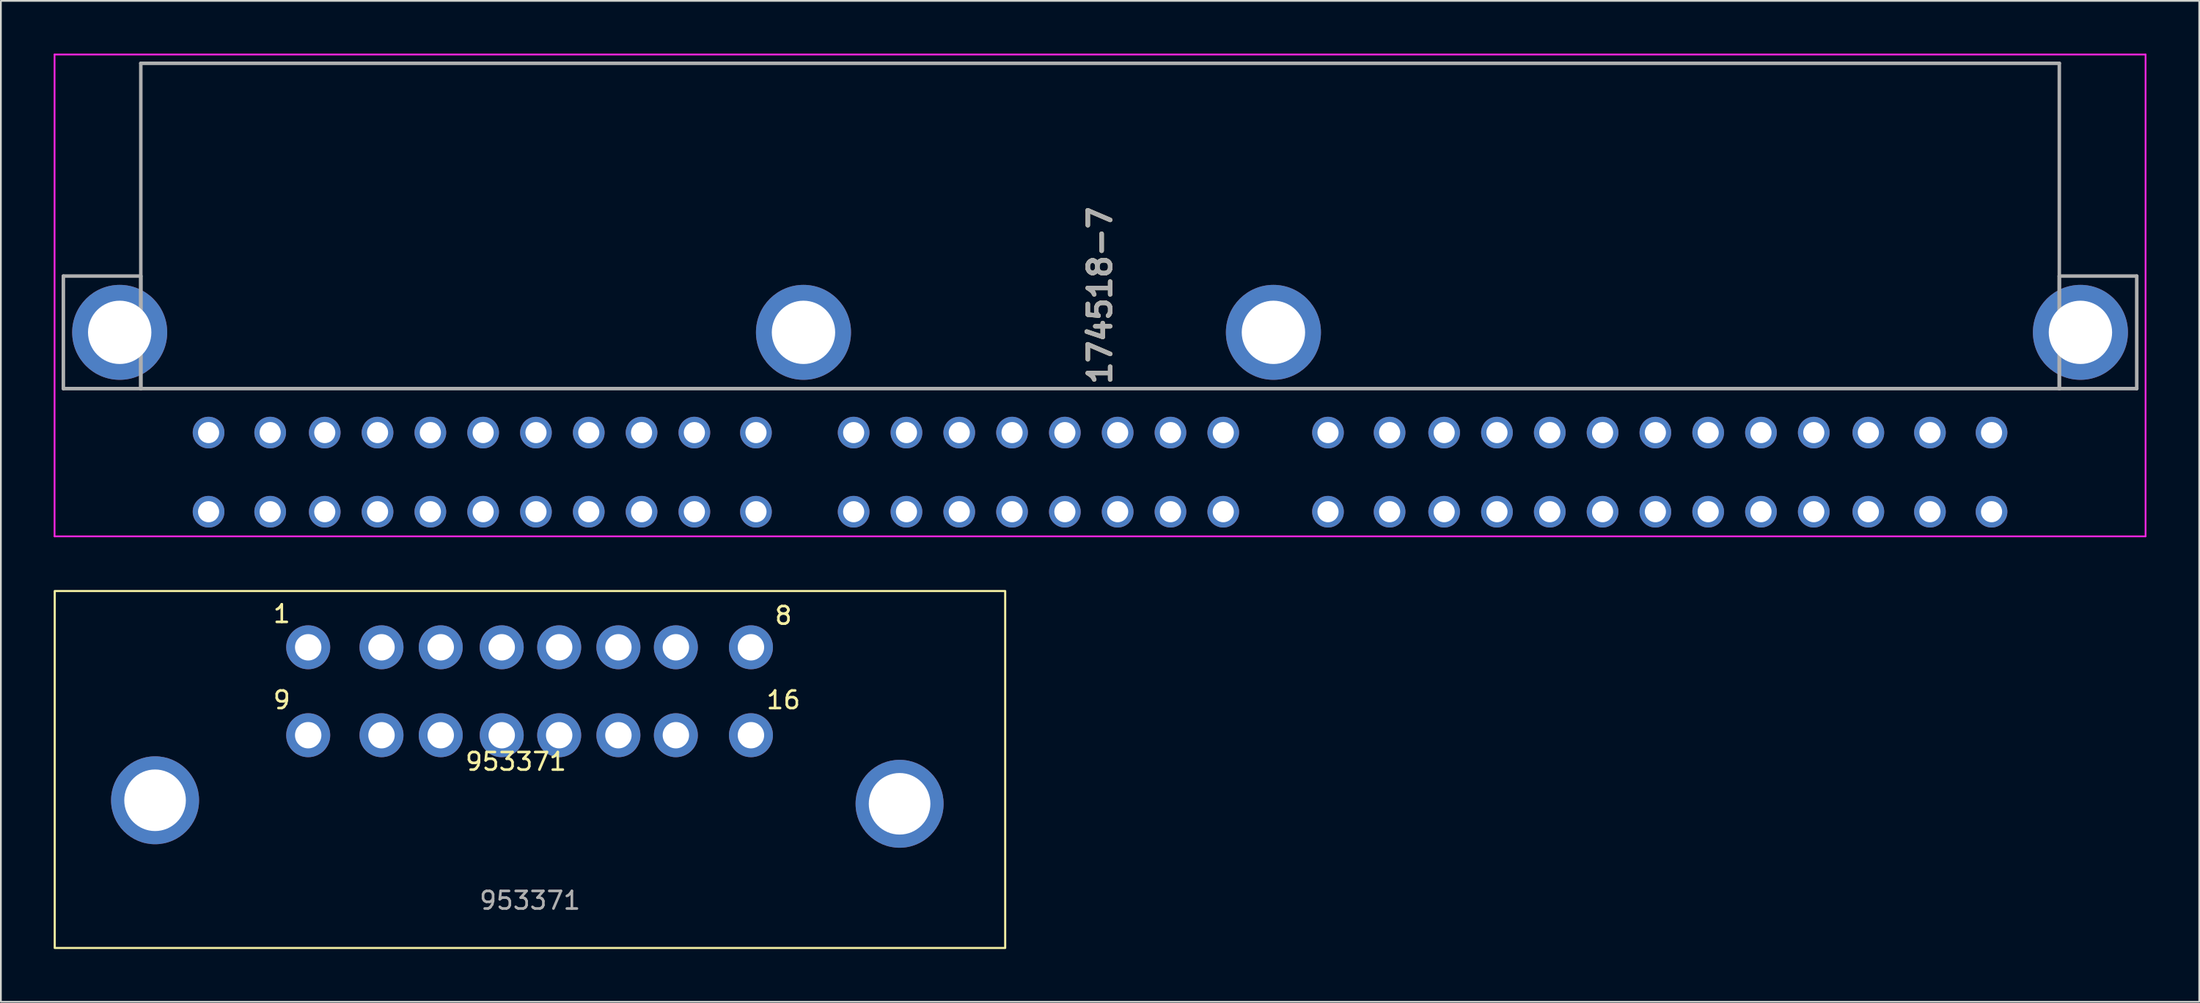
<source format=kicad_pcb>
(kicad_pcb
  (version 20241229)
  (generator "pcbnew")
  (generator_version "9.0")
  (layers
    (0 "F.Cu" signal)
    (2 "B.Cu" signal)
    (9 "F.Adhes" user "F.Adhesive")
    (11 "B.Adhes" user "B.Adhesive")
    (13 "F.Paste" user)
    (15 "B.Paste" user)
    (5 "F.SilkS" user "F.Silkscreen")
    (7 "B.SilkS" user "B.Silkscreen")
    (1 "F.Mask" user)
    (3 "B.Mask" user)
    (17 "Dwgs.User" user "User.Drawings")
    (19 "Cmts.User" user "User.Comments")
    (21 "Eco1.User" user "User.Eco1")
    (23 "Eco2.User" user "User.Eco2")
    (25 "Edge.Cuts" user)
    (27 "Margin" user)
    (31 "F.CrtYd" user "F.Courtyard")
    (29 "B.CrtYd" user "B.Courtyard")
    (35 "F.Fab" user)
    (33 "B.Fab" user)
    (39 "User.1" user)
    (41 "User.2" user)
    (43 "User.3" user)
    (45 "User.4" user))
  (footprint "174518-7"
    (layer "F.Cu")
    (at 59.1 14.55)
    (property "Reference" "174518-7" (at 0.35 -0.8 90) (layer "F.SilkS") (effects (font (size 1.27 1.27) (thickness 0.254))))
    (attr through_hole)
    (fp_line (start -54.15 -14) (end 54.85 -14) (stroke (width 0.1) (type solid)) (layer "F.SilkS"))
    (fp_line (start -54.15 -1.9) (end -54.15 -14) (stroke (width 0.1) (type solid)) (layer "F.SilkS"))
    (fp_line (start 54.85 -1.9) (end 54.85 -14) (stroke (width 0.1) (type solid)) (layer "F.SilkS"))
    (fp_line (start 54.85 4.5) (end -54.15 4.5) (stroke (width 0.1) (type solid)) (layer "F.SilkS"))
    (fp_line (start -59.05 -14.5) (end 59.75 -14.5) (stroke (width 0.1) (type solid)) (layer "F.CrtYd"))
    (fp_line (start -59.05 12.9) (end -59.05 -14.5) (stroke (width 0.1) (type solid)) (layer "F.CrtYd"))
    (fp_line (start 59.75 -14.5) (end 59.75 12.9) (stroke (width 0.1) (type solid)) (layer "F.CrtYd"))
    (fp_line (start 59.75 12.9) (end -59.05 12.9) (stroke (width 0.1) (type solid)) (layer "F.CrtYd"))
    (fp_line (start -58.55 -1.9) (end -58.55 4.5) (stroke (width 0.2) (type solid)) (layer "F.Fab"))
    (fp_line (start -58.55 4.5) (end -54.15 4.5) (stroke (width 0.2) (type solid)) (layer "F.Fab"))
    (fp_line (start -54.15 -14) (end 54.85 -14) (stroke (width 0.2) (type solid)) (layer "F.Fab"))
    (fp_line (start -54.15 -1.9) (end -58.55 -1.9) (stroke (width 0.2) (type solid)) (layer "F.Fab"))
    (fp_line (start -54.15 4.5) (end -54.15 -14) (stroke (width 0.2) (type solid)) (layer "F.Fab"))
    (fp_line (start -54.15 4.5) (end -54.15 -1.9) (stroke (width 0.2) (type solid)) (layer "F.Fab"))
    (fp_line (start 54.85 -14) (end 54.85 4.5) (stroke (width 0.2) (type solid)) (layer "F.Fab"))
    (fp_line (start 54.85 -1.9) (end 59.25 -1.9) (stroke (width 0.2) (type solid)) (layer "F.Fab"))
    (fp_line (start 54.85 4.5) (end -54.15 4.5) (stroke (width 0.2) (type solid)) (layer "F.Fab"))
    (fp_line (start 54.85 4.5) (end 54.85 -1.9) (stroke (width 0.2) (type solid)) (layer "F.Fab"))
    (fp_line (start 59.25 -1.9) (end 59.25 4.5) (stroke (width 0.2) (type solid)) (layer "F.Fab"))
    (fp_line (start 59.25 4.5) (end 54.85 4.5) (stroke (width 0.2) (type solid)) (layer "F.Fab"))
    (fp_text user "${REFERENCE}" (at 0.35 -0.8 90) (layer "F.Fab") (effects (font (size 1.27 1.27) (thickness 0.254))))
    (pad "1A" thru_hole circle (at -50.3 7 90) (size 1.8 1.8) (drill 1.2) (layers "*.Cu" "*.Mask"))
    (pad "1B" thru_hole circle (at -50.3 11.5 90) (size 1.8 1.8) (drill 1.2) (layers "*.Cu" "*.Mask"))
    (pad "1C" thru_hole circle (at -46.8 7 90) (size 1.8 1.8) (drill 1.2) (layers "*.Cu" "*.Mask"))
    (pad "1D" thru_hole circle (at -46.8 11.5 90) (size 1.8 1.8) (drill 1.2) (layers "*.Cu" "*.Mask"))
    (pad "1E" thru_hole circle (at -43.7 7 90) (size 1.8 1.8) (drill 1.2) (layers "*.Cu" "*.Mask"))
    (pad "1F" thru_hole circle (at -43.7 11.5 90) (size 1.8 1.8) (drill 1.2) (layers "*.Cu" "*.Mask"))
    (pad "1G" thru_hole circle (at -40.7 7 90) (size 1.8 1.8) (drill 1.2) (layers "*.Cu" "*.Mask"))
    (pad "1H" thru_hole circle (at -40.7 11.5 90) (size 1.8 1.8) (drill 1.2) (layers "*.Cu" "*.Mask"))
    (pad "1I" thru_hole circle (at -37.7 7 90) (size 1.8 1.8) (drill 1.2) (layers "*.Cu" "*.Mask"))
    (pad "1J" thru_hole circle (at -37.7 11.5 90) (size 1.8 1.8) (drill 1.2) (layers "*.Cu" "*.Mask"))
    (pad "1K" thru_hole circle (at -34.7 7 90) (size 1.8 1.8) (drill 1.2) (layers "*.Cu" "*.Mask"))
    (pad "1L" thru_hole circle (at -34.7 11.5 90) (size 1.8 1.8) (drill 1.2) (layers "*.Cu" "*.Mask"))
    (pad "1M" thru_hole circle (at -31.7 7 90) (size 1.8 1.8) (drill 1.2) (layers "*.Cu" "*.Mask"))
    (pad "1N" thru_hole circle (at -31.7 11.5 90) (size 1.8 1.8) (drill 1.2) (layers "*.Cu" "*.Mask"))
    (pad "1O" thru_hole circle (at -28.7 7 90) (size 1.8 1.8) (drill 1.2) (layers "*.Cu" "*.Mask"))
    (pad "1P" thru_hole circle (at -28.7 11.5 90) (size 1.8 1.8) (drill 1.2) (layers "*.Cu" "*.Mask"))
    (pad "1Q" thru_hole circle (at -25.7 7 90) (size 1.8 1.8) (drill 1.2) (layers "*.Cu" "*.Mask"))
    (pad "1R" thru_hole circle (at -25.7 11.5 90) (size 1.8 1.8) (drill 1.2) (layers "*.Cu" "*.Mask"))
    (pad "1S" thru_hole circle (at -22.7 7 90) (size 1.8 1.8) (drill 1.2) (layers "*.Cu" "*.Mask"))
    (pad "1T" thru_hole circle (at -22.7 11.5 90) (size 1.8 1.8) (drill 1.2) (layers "*.Cu" "*.Mask"))
    (pad "1U" thru_hole circle (at -19.2 7 90) (size 1.8 1.8) (drill 1.2) (layers "*.Cu" "*.Mask"))
    (pad "1V" thru_hole circle (at -19.2 11.5 90) (size 1.8 1.8) (drill 1.2) (layers "*.Cu" "*.Mask"))
    (pad "2A" thru_hole circle (at 13.3 7 90) (size 1.8 1.8) (drill 1.2) (layers "*.Cu" "*.Mask"))
    (pad "2B" thru_hole circle (at 13.3 11.5 90) (size 1.8 1.8) (drill 1.2) (layers "*.Cu" "*.Mask"))
    (pad "2C" thru_hole circle (at 16.8 7 90) (size 1.8 1.8) (drill 1.2) (layers "*.Cu" "*.Mask"))
    (pad "2D" thru_hole circle (at 16.8 11.5 90) (size 1.8 1.8) (drill 1.2) (layers "*.Cu" "*.Mask"))
    (pad "2E" thru_hole circle (at 19.9 7 90) (size 1.8 1.8) (drill 1.2) (layers "*.Cu" "*.Mask"))
    (pad "2F" thru_hole circle (at 19.9 11.5 90) (size 1.8 1.8) (drill 1.2) (layers "*.Cu" "*.Mask"))
    (pad "2G" thru_hole circle (at 22.9 7 90) (size 1.8 1.8) (drill 1.2) (layers "*.Cu" "*.Mask"))
    (pad "2H" thru_hole circle (at 22.9 11.5 90) (size 1.8 1.8) (drill 1.2) (layers "*.Cu" "*.Mask"))
    (pad "2I" thru_hole circle (at 25.9 7 90) (size 1.8 1.8) (drill 1.2) (layers "*.Cu" "*.Mask"))
    (pad "2J" thru_hole circle (at 25.9 11.5 90) (size 1.8 1.8) (drill 1.2) (layers "*.Cu" "*.Mask"))
    (pad "2K" thru_hole circle (at 28.9 7 90) (size 1.8 1.8) (drill 1.2) (layers "*.Cu" "*.Mask"))
    (pad "2L" thru_hole circle (at 28.9 11.5 90) (size 1.8 1.8) (drill 1.2) (layers "*.Cu" "*.Mask"))
    (pad "2M" thru_hole circle (at 31.9 7 90) (size 1.8 1.8) (drill 1.2) (layers "*.Cu" "*.Mask"))
    (pad "2N" thru_hole circle (at 31.9 11.5 90) (size 1.8 1.8) (drill 1.2) (layers "*.Cu" "*.Mask"))
    (pad "2O" thru_hole circle (at 34.9 7 90) (size 1.8 1.8) (drill 1.2) (layers "*.Cu" "*.Mask"))
    (pad "2P" thru_hole circle (at 34.9 11.5 90) (size 1.8 1.8) (drill 1.2) (layers "*.Cu" "*.Mask"))
    (pad "2Q" thru_hole circle (at 37.9 7 90) (size 1.8 1.8) (drill 1.2) (layers "*.Cu" "*.Mask"))
    (pad "2R" thru_hole circle (at 37.9 11.5 90) (size 1.8 1.8) (drill 1.2) (layers "*.Cu" "*.Mask"))
    (pad "2S" thru_hole circle (at 40.9 7 90) (size 1.8 1.8) (drill 1.2) (layers "*.Cu" "*.Mask"))
    (pad "2T" thru_hole circle (at 40.9 11.5 90) (size 1.8 1.8) (drill 1.2) (layers "*.Cu" "*.Mask"))
    (pad "2U" thru_hole circle (at 44 7 90) (size 1.8 1.8) (drill 1.2) (layers "*.Cu" "*.Mask"))
    (pad "2V" thru_hole circle (at 44 11.5 90) (size 1.8 1.8) (drill 1.2) (layers "*.Cu" "*.Mask"))
    (pad "2W" thru_hole circle (at 47.5 7 90) (size 1.8 1.8) (drill 1.2) (layers "*.Cu" "*.Mask"))
    (pad "2X" thru_hole circle (at 47.5 11.5 90) (size 1.8 1.8) (drill 1.2) (layers "*.Cu" "*.Mask"))
    (pad "2Y" thru_hole circle (at 51 11.5 90) (size 1.8 1.8) (drill 1.2) (layers "*.Cu" "*.Mask"))
    (pad "2Z" thru_hole circle (at 51 7 90) (size 1.8 1.8) (drill 1.2) (layers "*.Cu" "*.Mask"))
    (pad "3A" thru_hole circle (at -13.65 7 90) (size 1.8 1.8) (drill 1.2) (layers "*.Cu" "*.Mask"))
    (pad "3B" thru_hole circle (at -13.65 11.5 90) (size 1.8 1.8) (drill 1.2) (layers "*.Cu" "*.Mask"))
    (pad "3C" thru_hole circle (at -10.65 7 90) (size 1.8 1.8) (drill 1.2) (layers "*.Cu" "*.Mask"))
    (pad "3D" thru_hole circle (at -10.65 11.5 90) (size 1.8 1.8) (drill 1.2) (layers "*.Cu" "*.Mask"))
    (pad "3E" thru_hole circle (at -7.65 7 90) (size 1.8 1.8) (drill 1.2) (layers "*.Cu" "*.Mask"))
    (pad "3F" thru_hole circle (at -7.65 11.5 90) (size 1.8 1.8) (drill 1.2) (layers "*.Cu" "*.Mask"))
    (pad "3G" thru_hole circle (at -4.65 7 90) (size 1.8 1.8) (drill 1.2) (layers "*.Cu" "*.Mask"))
    (pad "3H" thru_hole circle (at -4.65 11.5 90) (size 1.8 1.8) (drill 1.2) (layers "*.Cu" "*.Mask"))
    (pad "3I" thru_hole circle (at -1.65 7 90) (size 1.8 1.8) (drill 1.2) (layers "*.Cu" "*.Mask"))
    (pad "3J" thru_hole circle (at -1.65 11.5 90) (size 1.8 1.8) (drill 1.2) (layers "*.Cu" "*.Mask"))
    (pad "3K" thru_hole circle (at 1.35 7 90) (size 1.8 1.8) (drill 1.2) (layers "*.Cu" "*.Mask"))
    (pad "3L" thru_hole circle (at 1.35 11.5 90) (size 1.8 1.8) (drill 1.2) (layers "*.Cu" "*.Mask"))
    (pad "3M" thru_hole circle (at 4.35 7 90) (size 1.8 1.8) (drill 1.2) (layers "*.Cu" "*.Mask"))
    (pad "3N" thru_hole circle (at 4.35 11.5 90) (size 1.8 1.8) (drill 1.2) (layers "*.Cu" "*.Mask"))
    (pad "3O" thru_hole circle (at 7.35 7 90) (size 1.8 1.8) (drill 1.2) (layers "*.Cu" "*.Mask"))
    (pad "3P" thru_hole circle (at 7.35 11.5 90) (size 1.8 1.8) (drill 1.2) (layers "*.Cu" "*.Mask"))
    (pad "MH1" thru_hole circle (at -55.35 1.3 90) (size 5.4 5.4) (drill 3.6) (layers "*.Cu" "*.Mask"))
    (pad "MH2" thru_hole circle (at -16.5 1.3 90) (size 5.4 5.4) (drill 3.6) (layers "*.Cu" "*.Mask"))
    (pad "MH3" thru_hole circle (at 10.2 1.3 90) (size 5.4 5.4) (drill 3.6) (layers "*.Cu" "*.Mask"))
    (pad "MH4" thru_hole circle (at 56.05 1.3 90) (size 5.4 5.4) (drill 3.6) (layers "*.Cu" "*.Mask")))
  (footprint "953371"
    (layer "F.Cu")
    (at 27.06 45.66)
    (property "Reference" "953371" (at -0.8 -5.4 0) (unlocked yes) (layer "F.SilkS") (effects (font (size 1 1) (thickness 0.15))))
    (attr through_hole)
    (fp_rect (start -27 -15.1) (end 27 5.2) (stroke (width 0.12) (type solid)) (fill no) (layer "F.SilkS"))
    (fp_text user "1" (at -14.1 -13.8 0) (unlocked yes) (layer "F.SilkS") (effects (font (size 1 1) (thickness 0.15))))
    (fp_text user "9" (at -14.1 -8.9 0) (unlocked yes) (layer "F.SilkS") (effects (font (size 1 1) (thickness 0.15))))
    (fp_text user "16" (at 14.4 -8.9 0) (unlocked yes) (layer "F.SilkS") (effects (font (size 1 1) (thickness 0.15))))
    (fp_text user "8" (at 14.4 -13.7 0) (unlocked yes) (layer "F.SilkS") (effects (font (size 1 1) (thickness 0.15))))
    (fp_text user "${REFERENCE}" (at 0 2.5 0) (unlocked yes) (layer "F.Fab") (effects (font (size 1 1) (thickness 0.15))))
    (pad "" np_thru_hole circle (at -21.3 -3.2) (size 5 5) (drill 3.5) (layers "*.Cu" "*.Mask"))
    (pad "" np_thru_hole circle (at 21 -3) (size 5 5) (drill 3.5) (layers "*.Cu" "*.Mask"))
    (pad "1" thru_hole circle (at -12.6 -11.9) (size 2.5 2.5) (drill 1.5) (layers "*.Cu" "*.Mask"))
    (pad "2" thru_hole circle (at -8.435 -11.9) (size 2.5 2.5) (drill 1.5) (layers "*.Cu" "*.Mask"))
    (pad "3" thru_hole circle (at -5.07 -11.9) (size 2.5 2.5) (drill 1.5) (layers "*.Cu" "*.Mask"))
    (pad "4" thru_hole circle (at -1.605 -11.9) (size 2.5 2.5) (drill 1.5) (layers "*.Cu" "*.Mask"))
    (pad "5" thru_hole circle (at 1.66 -11.9) (size 2.5 2.5) (drill 1.5) (layers "*.Cu" "*.Mask"))
    (pad "6" thru_hole circle (at 5.025 -11.9) (size 2.5 2.5) (drill 1.5) (layers "*.Cu" "*.Mask"))
    (pad "7" thru_hole circle (at 8.29 -11.9) (size 2.5 2.5) (drill 1.5) (layers "*.Cu" "*.Mask"))
    (pad "8" thru_hole circle (at 12.555 -11.9) (size 2.5 2.5) (drill 1.5) (layers "*.Cu" "*.Mask"))
    (pad "9" thru_hole circle (at -12.6 -6.9) (size 2.5 2.5) (drill 1.5) (layers "*.Cu" "*.Mask"))
    (pad "10" thru_hole circle (at -8.435 -6.9) (size 2.5 2.5) (drill 1.5) (layers "*.Cu" "*.Mask"))
    (pad "11" thru_hole circle (at -5.07 -6.9) (size 2.5 2.5) (drill 1.5) (layers "*.Cu" "*.Mask"))
    (pad "12" thru_hole circle (at -1.605 -6.9) (size 2.5 2.5) (drill 1.5) (layers "*.Cu" "*.Mask"))
    (pad "13" thru_hole circle (at 1.66 -6.9) (size 2.5 2.5) (drill 1.5) (layers "*.Cu" "*.Mask"))
    (pad "14" thru_hole circle (at 5.025 -6.9) (size 2.5 2.5) (drill 1.5) (layers "*.Cu" "*.Mask"))
    (pad "15" thru_hole circle (at 8.29 -6.9) (size 2.5 2.5) (drill 1.5) (layers "*.Cu" "*.Mask"))
    (pad "16" thru_hole circle (at 12.555 -6.9) (size 2.5 2.5) (drill 1.5) (layers "*.Cu" "*.Mask")))
  (gr_rect
    (start -3 -3)
    (end 121.9 53.92)
    (stroke (width 0.1) (type default))
    (fill no)
    (layer "Edge.Cuts")))
</source>
